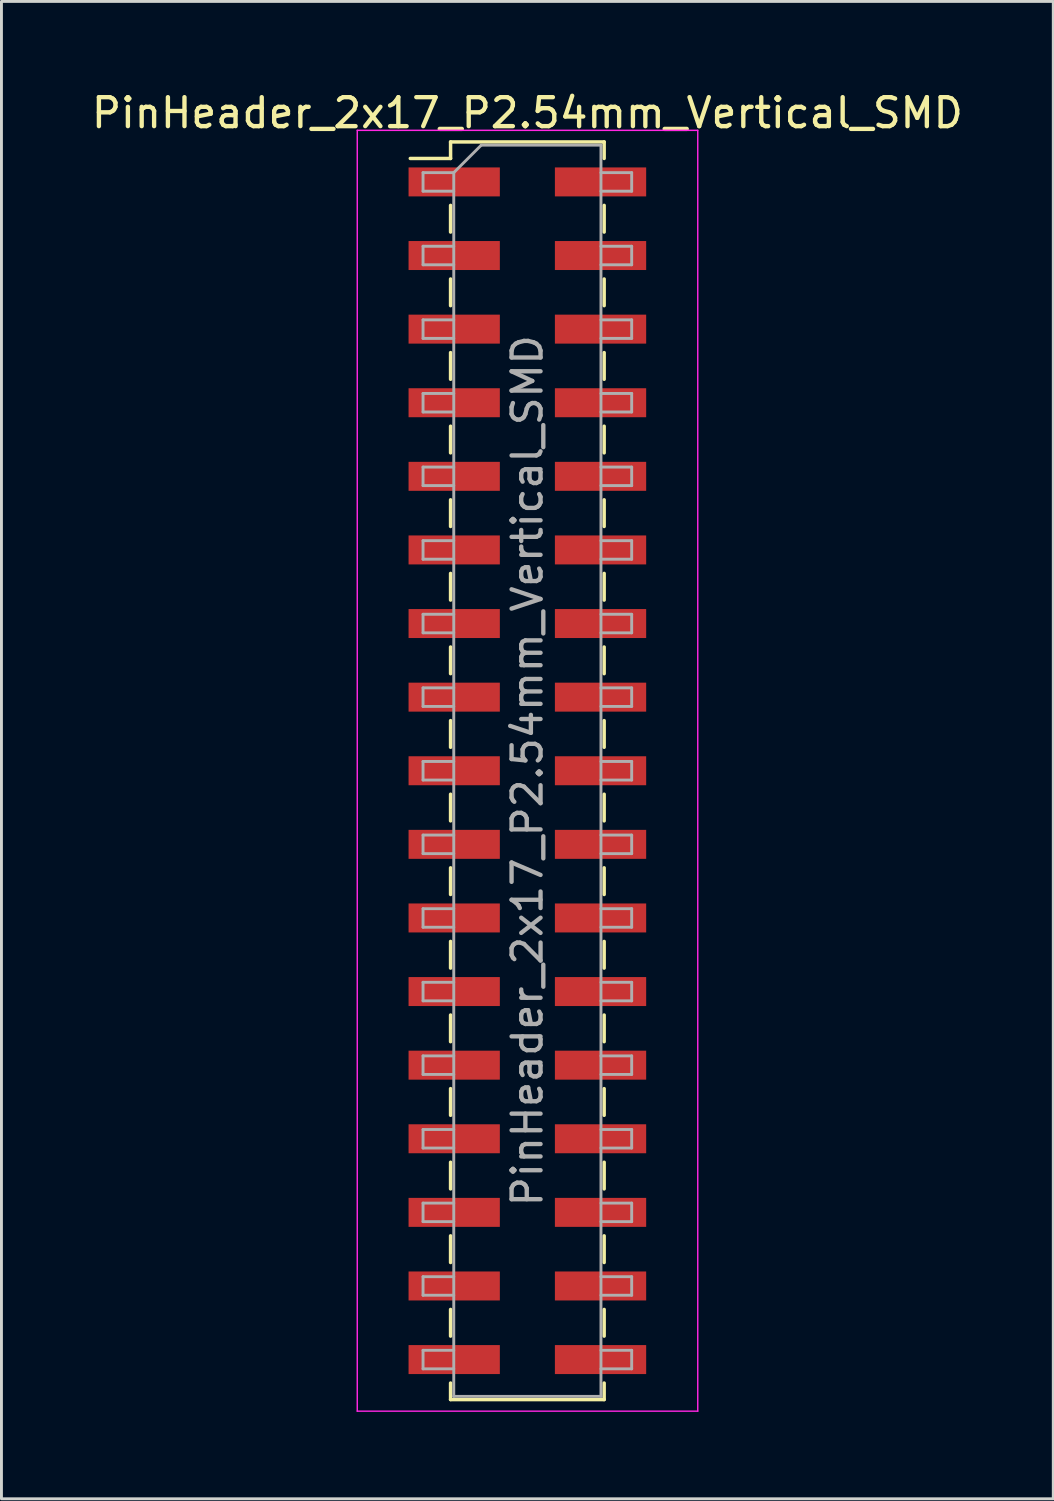
<source format=kicad_pcb>
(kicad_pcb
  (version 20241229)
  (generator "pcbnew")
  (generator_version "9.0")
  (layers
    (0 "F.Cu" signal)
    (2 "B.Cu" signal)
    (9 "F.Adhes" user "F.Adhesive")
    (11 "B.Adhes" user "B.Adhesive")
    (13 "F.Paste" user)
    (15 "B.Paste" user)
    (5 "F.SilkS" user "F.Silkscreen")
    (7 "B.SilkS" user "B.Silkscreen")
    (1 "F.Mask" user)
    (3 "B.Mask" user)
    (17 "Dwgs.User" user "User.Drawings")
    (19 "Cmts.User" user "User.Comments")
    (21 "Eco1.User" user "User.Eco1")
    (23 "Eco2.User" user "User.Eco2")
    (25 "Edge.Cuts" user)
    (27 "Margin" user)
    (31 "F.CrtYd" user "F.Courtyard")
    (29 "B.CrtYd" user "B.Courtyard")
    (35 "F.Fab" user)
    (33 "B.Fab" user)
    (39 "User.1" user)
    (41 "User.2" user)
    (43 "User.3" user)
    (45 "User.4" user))
  (footprint "PinHeader_2x17_P2.54mm_Vertical_SMD"
    (layer "F.Cu")
    (at 15.149 23.548)
    (property "Reference" "PinHeader_2x17_P2.54mm_Vertical_SMD" (at 0 -22.7 0) (layer "F.SilkS") (effects (font (size 1 1) (thickness 0.15))))
    (attr smd)
    (fp_line (start -4.04 -21.13) (end -2.65 -21.13) (stroke (width 0.12) (type solid)) (layer "F.SilkS"))
    (fp_line (start -2.65 -21.7) (end -2.65 -21.13) (stroke (width 0.12) (type solid)) (layer "F.SilkS"))
    (fp_line (start -2.65 -21.7) (end 2.65 -21.7) (stroke (width 0.12) (type solid)) (layer "F.SilkS"))
    (fp_line (start -2.65 -19.51) (end -2.65 -18.59) (stroke (width 0.12) (type solid)) (layer "F.SilkS"))
    (fp_line (start -2.65 -16.97) (end -2.65 -16.05) (stroke (width 0.12) (type solid)) (layer "F.SilkS"))
    (fp_line (start -2.65 -14.43) (end -2.65 -13.51) (stroke (width 0.12) (type solid)) (layer "F.SilkS"))
    (fp_line (start -2.65 -11.89) (end -2.65 -10.97) (stroke (width 0.12) (type solid)) (layer "F.SilkS"))
    (fp_line (start -2.65 -9.35) (end -2.65 -8.43) (stroke (width 0.12) (type solid)) (layer "F.SilkS"))
    (fp_line (start -2.65 -6.81) (end -2.65 -5.89) (stroke (width 0.12) (type solid)) (layer "F.SilkS"))
    (fp_line (start -2.65 -4.27) (end -2.65 -3.35) (stroke (width 0.12) (type solid)) (layer "F.SilkS"))
    (fp_line (start -2.65 -1.73) (end -2.65 -0.81) (stroke (width 0.12) (type solid)) (layer "F.SilkS"))
    (fp_line (start -2.65 0.81) (end -2.65 1.73) (stroke (width 0.12) (type solid)) (layer "F.SilkS"))
    (fp_line (start -2.65 3.35) (end -2.65 4.27) (stroke (width 0.12) (type solid)) (layer "F.SilkS"))
    (fp_line (start -2.65 5.89) (end -2.65 6.81) (stroke (width 0.12) (type solid)) (layer "F.SilkS"))
    (fp_line (start -2.65 8.43) (end -2.65 9.35) (stroke (width 0.12) (type solid)) (layer "F.SilkS"))
    (fp_line (start -2.65 10.97) (end -2.65 11.89) (stroke (width 0.12) (type solid)) (layer "F.SilkS"))
    (fp_line (start -2.65 13.51) (end -2.65 14.43) (stroke (width 0.12) (type solid)) (layer "F.SilkS"))
    (fp_line (start -2.65 16.05) (end -2.65 16.97) (stroke (width 0.12) (type solid)) (layer "F.SilkS"))
    (fp_line (start -2.65 18.59) (end -2.65 19.51) (stroke (width 0.12) (type solid)) (layer "F.SilkS"))
    (fp_line (start -2.65 21.13) (end -2.65 21.7) (stroke (width 0.12) (type solid)) (layer "F.SilkS"))
    (fp_line (start -2.65 21.7) (end 2.65 21.7) (stroke (width 0.12) (type solid)) (layer "F.SilkS"))
    (fp_line (start 2.65 -21.7) (end 2.65 -21.13) (stroke (width 0.12) (type solid)) (layer "F.SilkS"))
    (fp_line (start 2.65 -19.51) (end 2.65 -18.59) (stroke (width 0.12) (type solid)) (layer "F.SilkS"))
    (fp_line (start 2.65 -16.97) (end 2.65 -16.05) (stroke (width 0.12) (type solid)) (layer "F.SilkS"))
    (fp_line (start 2.65 -14.43) (end 2.65 -13.51) (stroke (width 0.12) (type solid)) (layer "F.SilkS"))
    (fp_line (start 2.65 -11.89) (end 2.65 -10.97) (stroke (width 0.12) (type solid)) (layer "F.SilkS"))
    (fp_line (start 2.65 -9.35) (end 2.65 -8.43) (stroke (width 0.12) (type solid)) (layer "F.SilkS"))
    (fp_line (start 2.65 -6.81) (end 2.65 -5.89) (stroke (width 0.12) (type solid)) (layer "F.SilkS"))
    (fp_line (start 2.65 -4.27) (end 2.65 -3.35) (stroke (width 0.12) (type solid)) (layer "F.SilkS"))
    (fp_line (start 2.65 -1.73) (end 2.65 -0.81) (stroke (width 0.12) (type solid)) (layer "F.SilkS"))
    (fp_line (start 2.65 0.81) (end 2.65 1.73) (stroke (width 0.12) (type solid)) (layer "F.SilkS"))
    (fp_line (start 2.65 3.35) (end 2.65 4.27) (stroke (width 0.12) (type solid)) (layer "F.SilkS"))
    (fp_line (start 2.65 5.89) (end 2.65 6.81) (stroke (width 0.12) (type solid)) (layer "F.SilkS"))
    (fp_line (start 2.65 8.43) (end 2.65 9.35) (stroke (width 0.12) (type solid)) (layer "F.SilkS"))
    (fp_line (start 2.65 10.97) (end 2.65 11.89) (stroke (width 0.12) (type solid)) (layer "F.SilkS"))
    (fp_line (start 2.65 13.51) (end 2.65 14.43) (stroke (width 0.12) (type solid)) (layer "F.SilkS"))
    (fp_line (start 2.65 16.05) (end 2.65 16.97) (stroke (width 0.12) (type solid)) (layer "F.SilkS"))
    (fp_line (start 2.65 18.59) (end 2.65 19.51) (stroke (width 0.12) (type solid)) (layer "F.SilkS"))
    (fp_line (start 2.65 21.13) (end 2.65 21.7) (stroke (width 0.12) (type solid)) (layer "F.SilkS"))
    (fp_line (start -5.87 -22.1) (end -5.87 22.1) (stroke (width 0.05) (type solid)) (layer "F.CrtYd"))
    (fp_line (start -5.87 22.1) (end 5.88 22.1) (stroke (width 0.05) (type solid)) (layer "F.CrtYd"))
    (fp_line (start 5.88 -22.1) (end -5.87 -22.1) (stroke (width 0.05) (type solid)) (layer "F.CrtYd"))
    (fp_line (start 5.88 22.1) (end 5.88 -22.1) (stroke (width 0.05) (type solid)) (layer "F.CrtYd"))
    (fp_line (start -3.6 -20.64) (end -3.6 -20) (stroke (width 0.1) (type solid)) (layer "F.Fab"))
    (fp_line (start -3.6 -20) (end -2.54 -20) (stroke (width 0.1) (type solid)) (layer "F.Fab"))
    (fp_line (start -3.6 -18.1) (end -3.6 -17.46) (stroke (width 0.1) (type solid)) (layer "F.Fab"))
    (fp_line (start -3.6 -17.46) (end -2.54 -17.46) (stroke (width 0.1) (type solid)) (layer "F.Fab"))
    (fp_line (start -3.6 -15.56) (end -3.6 -14.92) (stroke (width 0.1) (type solid)) (layer "F.Fab"))
    (fp_line (start -3.6 -14.92) (end -2.54 -14.92) (stroke (width 0.1) (type solid)) (layer "F.Fab"))
    (fp_line (start -3.6 -13.02) (end -3.6 -12.38) (stroke (width 0.1) (type solid)) (layer "F.Fab"))
    (fp_line (start -3.6 -12.38) (end -2.54 -12.38) (stroke (width 0.1) (type solid)) (layer "F.Fab"))
    (fp_line (start -3.6 -10.48) (end -3.6 -9.84) (stroke (width 0.1) (type solid)) (layer "F.Fab"))
    (fp_line (start -3.6 -9.84) (end -2.54 -9.84) (stroke (width 0.1) (type solid)) (layer "F.Fab"))
    (fp_line (start -3.6 -7.94) (end -3.6 -7.3) (stroke (width 0.1) (type solid)) (layer "F.Fab"))
    (fp_line (start -3.6 -7.3) (end -2.54 -7.3) (stroke (width 0.1) (type solid)) (layer "F.Fab"))
    (fp_line (start -3.6 -5.4) (end -3.6 -4.76) (stroke (width 0.1) (type solid)) (layer "F.Fab"))
    (fp_line (start -3.6 -4.76) (end -2.54 -4.76) (stroke (width 0.1) (type solid)) (layer "F.Fab"))
    (fp_line (start -3.6 -2.86) (end -3.6 -2.22) (stroke (width 0.1) (type solid)) (layer "F.Fab"))
    (fp_line (start -3.6 -2.22) (end -2.54 -2.22) (stroke (width 0.1) (type solid)) (layer "F.Fab"))
    (fp_line (start -3.6 -0.32) (end -3.6 0.32) (stroke (width 0.1) (type solid)) (layer "F.Fab"))
    (fp_line (start -3.6 0.32) (end -2.54 0.32) (stroke (width 0.1) (type solid)) (layer "F.Fab"))
    (fp_line (start -3.6 2.22) (end -3.6 2.86) (stroke (width 0.1) (type solid)) (layer "F.Fab"))
    (fp_line (start -3.6 2.86) (end -2.54 2.86) (stroke (width 0.1) (type solid)) (layer "F.Fab"))
    (fp_line (start -3.6 4.76) (end -3.6 5.4) (stroke (width 0.1) (type solid)) (layer "F.Fab"))
    (fp_line (start -3.6 5.4) (end -2.54 5.4) (stroke (width 0.1) (type solid)) (layer "F.Fab"))
    (fp_line (start -3.6 7.3) (end -3.6 7.94) (stroke (width 0.1) (type solid)) (layer "F.Fab"))
    (fp_line (start -3.6 7.94) (end -2.54 7.94) (stroke (width 0.1) (type solid)) (layer "F.Fab"))
    (fp_line (start -3.6 9.84) (end -3.6 10.48) (stroke (width 0.1) (type solid)) (layer "F.Fab"))
    (fp_line (start -3.6 10.48) (end -2.54 10.48) (stroke (width 0.1) (type solid)) (layer "F.Fab"))
    (fp_line (start -3.6 12.38) (end -3.6 13.02) (stroke (width 0.1) (type solid)) (layer "F.Fab"))
    (fp_line (start -3.6 13.02) (end -2.54 13.02) (stroke (width 0.1) (type solid)) (layer "F.Fab"))
    (fp_line (start -3.6 14.92) (end -3.6 15.56) (stroke (width 0.1) (type solid)) (layer "F.Fab"))
    (fp_line (start -3.6 15.56) (end -2.54 15.56) (stroke (width 0.1) (type solid)) (layer "F.Fab"))
    (fp_line (start -3.6 17.46) (end -3.6 18.1) (stroke (width 0.1) (type solid)) (layer "F.Fab"))
    (fp_line (start -3.6 18.1) (end -2.54 18.1) (stroke (width 0.1) (type solid)) (layer "F.Fab"))
    (fp_line (start -3.6 20) (end -3.6 20.64) (stroke (width 0.1) (type solid)) (layer "F.Fab"))
    (fp_line (start -3.6 20.64) (end -2.54 20.64) (stroke (width 0.1) (type solid)) (layer "F.Fab"))
    (fp_line (start -2.54 -20.64) (end -3.6 -20.64) (stroke (width 0.1) (type solid)) (layer "F.Fab"))
    (fp_line (start -2.54 -20.64) (end -1.59 -21.59) (stroke (width 0.1) (type solid)) (layer "F.Fab"))
    (fp_line (start -2.54 -18.1) (end -3.6 -18.1) (stroke (width 0.1) (type solid)) (layer "F.Fab"))
    (fp_line (start -2.54 -15.56) (end -3.6 -15.56) (stroke (width 0.1) (type solid)) (layer "F.Fab"))
    (fp_line (start -2.54 -13.02) (end -3.6 -13.02) (stroke (width 0.1) (type solid)) (layer "F.Fab"))
    (fp_line (start -2.54 -10.48) (end -3.6 -10.48) (stroke (width 0.1) (type solid)) (layer "F.Fab"))
    (fp_line (start -2.54 -7.94) (end -3.6 -7.94) (stroke (width 0.1) (type solid)) (layer "F.Fab"))
    (fp_line (start -2.54 -5.4) (end -3.6 -5.4) (stroke (width 0.1) (type solid)) (layer "F.Fab"))
    (fp_line (start -2.54 -2.86) (end -3.6 -2.86) (stroke (width 0.1) (type solid)) (layer "F.Fab"))
    (fp_line (start -2.54 -0.32) (end -3.6 -0.32) (stroke (width 0.1) (type solid)) (layer "F.Fab"))
    (fp_line (start -2.54 2.22) (end -3.6 2.22) (stroke (width 0.1) (type solid)) (layer "F.Fab"))
    (fp_line (start -2.54 4.76) (end -3.6 4.76) (stroke (width 0.1) (type solid)) (layer "F.Fab"))
    (fp_line (start -2.54 7.3) (end -3.6 7.3) (stroke (width 0.1) (type solid)) (layer "F.Fab"))
    (fp_line (start -2.54 9.84) (end -3.6 9.84) (stroke (width 0.1) (type solid)) (layer "F.Fab"))
    (fp_line (start -2.54 12.38) (end -3.6 12.38) (stroke (width 0.1) (type solid)) (layer "F.Fab"))
    (fp_line (start -2.54 14.92) (end -3.6 14.92) (stroke (width 0.1) (type solid)) (layer "F.Fab"))
    (fp_line (start -2.54 17.46) (end -3.6 17.46) (stroke (width 0.1) (type solid)) (layer "F.Fab"))
    (fp_line (start -2.54 20) (end -3.6 20) (stroke (width 0.1) (type solid)) (layer "F.Fab"))
    (fp_line (start -2.54 21.59) (end -2.54 -20.64) (stroke (width 0.1) (type solid)) (layer "F.Fab"))
    (fp_line (start -1.59 -21.59) (end 2.54 -21.59) (stroke (width 0.1) (type solid)) (layer "F.Fab"))
    (fp_line (start 2.54 -21.59) (end 2.54 21.59) (stroke (width 0.1) (type solid)) (layer "F.Fab"))
    (fp_line (start 2.54 -20.64) (end 3.6 -20.64) (stroke (width 0.1) (type solid)) (layer "F.Fab"))
    (fp_line (start 2.54 -18.1) (end 3.6 -18.1) (stroke (width 0.1) (type solid)) (layer "F.Fab"))
    (fp_line (start 2.54 -15.56) (end 3.6 -15.56) (stroke (width 0.1) (type solid)) (layer "F.Fab"))
    (fp_line (start 2.54 -13.02) (end 3.6 -13.02) (stroke (width 0.1) (type solid)) (layer "F.Fab"))
    (fp_line (start 2.54 -10.48) (end 3.6 -10.48) (stroke (width 0.1) (type solid)) (layer "F.Fab"))
    (fp_line (start 2.54 -7.94) (end 3.6 -7.94) (stroke (width 0.1) (type solid)) (layer "F.Fab"))
    (fp_line (start 2.54 -5.4) (end 3.6 -5.4) (stroke (width 0.1) (type solid)) (layer "F.Fab"))
    (fp_line (start 2.54 -2.86) (end 3.6 -2.86) (stroke (width 0.1) (type solid)) (layer "F.Fab"))
    (fp_line (start 2.54 -0.32) (end 3.6 -0.32) (stroke (width 0.1) (type solid)) (layer "F.Fab"))
    (fp_line (start 2.54 2.22) (end 3.6 2.22) (stroke (width 0.1) (type solid)) (layer "F.Fab"))
    (fp_line (start 2.54 4.76) (end 3.6 4.76) (stroke (width 0.1) (type solid)) (layer "F.Fab"))
    (fp_line (start 2.54 7.3) (end 3.6 7.3) (stroke (width 0.1) (type solid)) (layer "F.Fab"))
    (fp_line (start 2.54 9.84) (end 3.6 9.84) (stroke (width 0.1) (type solid)) (layer "F.Fab"))
    (fp_line (start 2.54 12.38) (end 3.6 12.38) (stroke (width 0.1) (type solid)) (layer "F.Fab"))
    (fp_line (start 2.54 14.92) (end 3.6 14.92) (stroke (width 0.1) (type solid)) (layer "F.Fab"))
    (fp_line (start 2.54 17.46) (end 3.6 17.46) (stroke (width 0.1) (type solid)) (layer "F.Fab"))
    (fp_line (start 2.54 20) (end 3.6 20) (stroke (width 0.1) (type solid)) (layer "F.Fab"))
    (fp_line (start 2.54 21.59) (end -2.54 21.59) (stroke (width 0.1) (type solid)) (layer "F.Fab"))
    (fp_line (start 3.6 -20.64) (end 3.6 -20) (stroke (width 0.1) (type solid)) (layer "F.Fab"))
    (fp_line (start 3.6 -20) (end 2.54 -20) (stroke (width 0.1) (type solid)) (layer "F.Fab"))
    (fp_line (start 3.6 -18.1) (end 3.6 -17.46) (stroke (width 0.1) (type solid)) (layer "F.Fab"))
    (fp_line (start 3.6 -17.46) (end 2.54 -17.46) (stroke (width 0.1) (type solid)) (layer "F.Fab"))
    (fp_line (start 3.6 -15.56) (end 3.6 -14.92) (stroke (width 0.1) (type solid)) (layer "F.Fab"))
    (fp_line (start 3.6 -14.92) (end 2.54 -14.92) (stroke (width 0.1) (type solid)) (layer "F.Fab"))
    (fp_line (start 3.6 -13.02) (end 3.6 -12.38) (stroke (width 0.1) (type solid)) (layer "F.Fab"))
    (fp_line (start 3.6 -12.38) (end 2.54 -12.38) (stroke (width 0.1) (type solid)) (layer "F.Fab"))
    (fp_line (start 3.6 -10.48) (end 3.6 -9.84) (stroke (width 0.1) (type solid)) (layer "F.Fab"))
    (fp_line (start 3.6 -9.84) (end 2.54 -9.84) (stroke (width 0.1) (type solid)) (layer "F.Fab"))
    (fp_line (start 3.6 -7.94) (end 3.6 -7.3) (stroke (width 0.1) (type solid)) (layer "F.Fab"))
    (fp_line (start 3.6 -7.3) (end 2.54 -7.3) (stroke (width 0.1) (type solid)) (layer "F.Fab"))
    (fp_line (start 3.6 -5.4) (end 3.6 -4.76) (stroke (width 0.1) (type solid)) (layer "F.Fab"))
    (fp_line (start 3.6 -4.76) (end 2.54 -4.76) (stroke (width 0.1) (type solid)) (layer "F.Fab"))
    (fp_line (start 3.6 -2.86) (end 3.6 -2.22) (stroke (width 0.1) (type solid)) (layer "F.Fab"))
    (fp_line (start 3.6 -2.22) (end 2.54 -2.22) (stroke (width 0.1) (type solid)) (layer "F.Fab"))
    (fp_line (start 3.6 -0.32) (end 3.6 0.32) (stroke (width 0.1) (type solid)) (layer "F.Fab"))
    (fp_line (start 3.6 0.32) (end 2.54 0.32) (stroke (width 0.1) (type solid)) (layer "F.Fab"))
    (fp_line (start 3.6 2.22) (end 3.6 2.86) (stroke (width 0.1) (type solid)) (layer "F.Fab"))
    (fp_line (start 3.6 2.86) (end 2.54 2.86) (stroke (width 0.1) (type solid)) (layer "F.Fab"))
    (fp_line (start 3.6 4.76) (end 3.6 5.4) (stroke (width 0.1) (type solid)) (layer "F.Fab"))
    (fp_line (start 3.6 5.4) (end 2.54 5.4) (stroke (width 0.1) (type solid)) (layer "F.Fab"))
    (fp_line (start 3.6 7.3) (end 3.6 7.94) (stroke (width 0.1) (type solid)) (layer "F.Fab"))
    (fp_line (start 3.6 7.94) (end 2.54 7.94) (stroke (width 0.1) (type solid)) (layer "F.Fab"))
    (fp_line (start 3.6 9.84) (end 3.6 10.48) (stroke (width 0.1) (type solid)) (layer "F.Fab"))
    (fp_line (start 3.6 10.48) (end 2.54 10.48) (stroke (width 0.1) (type solid)) (layer "F.Fab"))
    (fp_line (start 3.6 12.38) (end 3.6 13.02) (stroke (width 0.1) (type solid)) (layer "F.Fab"))
    (fp_line (start 3.6 13.02) (end 2.54 13.02) (stroke (width 0.1) (type solid)) (layer "F.Fab"))
    (fp_line (start 3.6 14.92) (end 3.6 15.56) (stroke (width 0.1) (type solid)) (layer "F.Fab"))
    (fp_line (start 3.6 15.56) (end 2.54 15.56) (stroke (width 0.1) (type solid)) (layer "F.Fab"))
    (fp_line (start 3.6 17.46) (end 3.6 18.1) (stroke (width 0.1) (type solid)) (layer "F.Fab"))
    (fp_line (start 3.6 18.1) (end 2.54 18.1) (stroke (width 0.1) (type solid)) (layer "F.Fab"))
    (fp_line (start 3.6 20) (end 3.6 20.64) (stroke (width 0.1) (type solid)) (layer "F.Fab"))
    (fp_line (start 3.6 20.64) (end 2.54 20.64) (stroke (width 0.1) (type solid)) (layer "F.Fab"))
    (fp_text user "${REFERENCE}" (at 0 0 90) (layer "F.Fab") (effects (font (size 1 1) (thickness 0.15))))
    (pad "1" smd rect (at -2.525 -20.32) (size 3.15 1) (layers "F.Cu" "F.Mask" "F.Paste"))
    (pad "2" smd rect (at 2.525 -20.32) (size 3.15 1) (layers "F.Cu" "F.Mask" "F.Paste"))
    (pad "3" smd rect (at -2.525 -17.78) (size 3.15 1) (layers "F.Cu" "F.Mask" "F.Paste"))
    (pad "4" smd rect (at 2.525 -17.78) (size 3.15 1) (layers "F.Cu" "F.Mask" "F.Paste"))
    (pad "5" smd rect (at -2.525 -15.24) (size 3.15 1) (layers "F.Cu" "F.Mask" "F.Paste"))
    (pad "6" smd rect (at 2.525 -15.24) (size 3.15 1) (layers "F.Cu" "F.Mask" "F.Paste"))
    (pad "7" smd rect (at -2.525 -12.7) (size 3.15 1) (layers "F.Cu" "F.Mask" "F.Paste"))
    (pad "8" smd rect (at 2.525 -12.7) (size 3.15 1) (layers "F.Cu" "F.Mask" "F.Paste"))
    (pad "9" smd rect (at -2.525 -10.16) (size 3.15 1) (layers "F.Cu" "F.Mask" "F.Paste"))
    (pad "10" smd rect (at 2.525 -10.16) (size 3.15 1) (layers "F.Cu" "F.Mask" "F.Paste"))
    (pad "11" smd rect (at -2.525 -7.62) (size 3.15 1) (layers "F.Cu" "F.Mask" "F.Paste"))
    (pad "12" smd rect (at 2.525 -7.62) (size 3.15 1) (layers "F.Cu" "F.Mask" "F.Paste"))
    (pad "13" smd rect (at -2.525 -5.08) (size 3.15 1) (layers "F.Cu" "F.Mask" "F.Paste"))
    (pad "14" smd rect (at 2.525 -5.08) (size 3.15 1) (layers "F.Cu" "F.Mask" "F.Paste"))
    (pad "15" smd rect (at -2.525 -2.54) (size 3.15 1) (layers "F.Cu" "F.Mask" "F.Paste"))
    (pad "16" smd rect (at 2.525 -2.54) (size 3.15 1) (layers "F.Cu" "F.Mask" "F.Paste"))
    (pad "17" smd rect (at -2.525 0) (size 3.15 1) (layers "F.Cu" "F.Mask" "F.Paste"))
    (pad "18" smd rect (at 2.525 0) (size 3.15 1) (layers "F.Cu" "F.Mask" "F.Paste"))
    (pad "19" smd rect (at -2.525 2.54) (size 3.15 1) (layers "F.Cu" "F.Mask" "F.Paste"))
    (pad "20" smd rect (at 2.525 2.54) (size 3.15 1) (layers "F.Cu" "F.Mask" "F.Paste"))
    (pad "21" smd rect (at -2.525 5.08) (size 3.15 1) (layers "F.Cu" "F.Mask" "F.Paste"))
    (pad "22" smd rect (at 2.525 5.08) (size 3.15 1) (layers "F.Cu" "F.Mask" "F.Paste"))
    (pad "23" smd rect (at -2.525 7.62) (size 3.15 1) (layers "F.Cu" "F.Mask" "F.Paste"))
    (pad "24" smd rect (at 2.525 7.62) (size 3.15 1) (layers "F.Cu" "F.Mask" "F.Paste"))
    (pad "25" smd rect (at -2.525 10.16) (size 3.15 1) (layers "F.Cu" "F.Mask" "F.Paste"))
    (pad "26" smd rect (at 2.525 10.16) (size 3.15 1) (layers "F.Cu" "F.Mask" "F.Paste"))
    (pad "27" smd rect (at -2.525 12.7) (size 3.15 1) (layers "F.Cu" "F.Mask" "F.Paste"))
    (pad "28" smd rect (at 2.525 12.7) (size 3.15 1) (layers "F.Cu" "F.Mask" "F.Paste"))
    (pad "29" smd rect (at -2.525 15.24) (size 3.15 1) (layers "F.Cu" "F.Mask" "F.Paste"))
    (pad "30" smd rect (at 2.525 15.24) (size 3.15 1) (layers "F.Cu" "F.Mask" "F.Paste"))
    (pad "31" smd rect (at -2.525 17.78) (size 3.15 1) (layers "F.Cu" "F.Mask" "F.Paste"))
    (pad "32" smd rect (at 2.525 17.78) (size 3.15 1) (layers "F.Cu" "F.Mask" "F.Paste"))
    (pad "33" smd rect (at -2.525 20.32) (size 3.15 1) (layers "F.Cu" "F.Mask" "F.Paste"))
    (pad "34" smd rect (at 2.525 20.32) (size 3.15 1) (layers "F.Cu" "F.Mask" "F.Paste")))
  (gr_rect
    (start -3 -3)
    (end 33.298 48.673)
    (stroke (width 0.1) (type default))
    (fill no)
    (layer "Edge.Cuts")))
</source>
